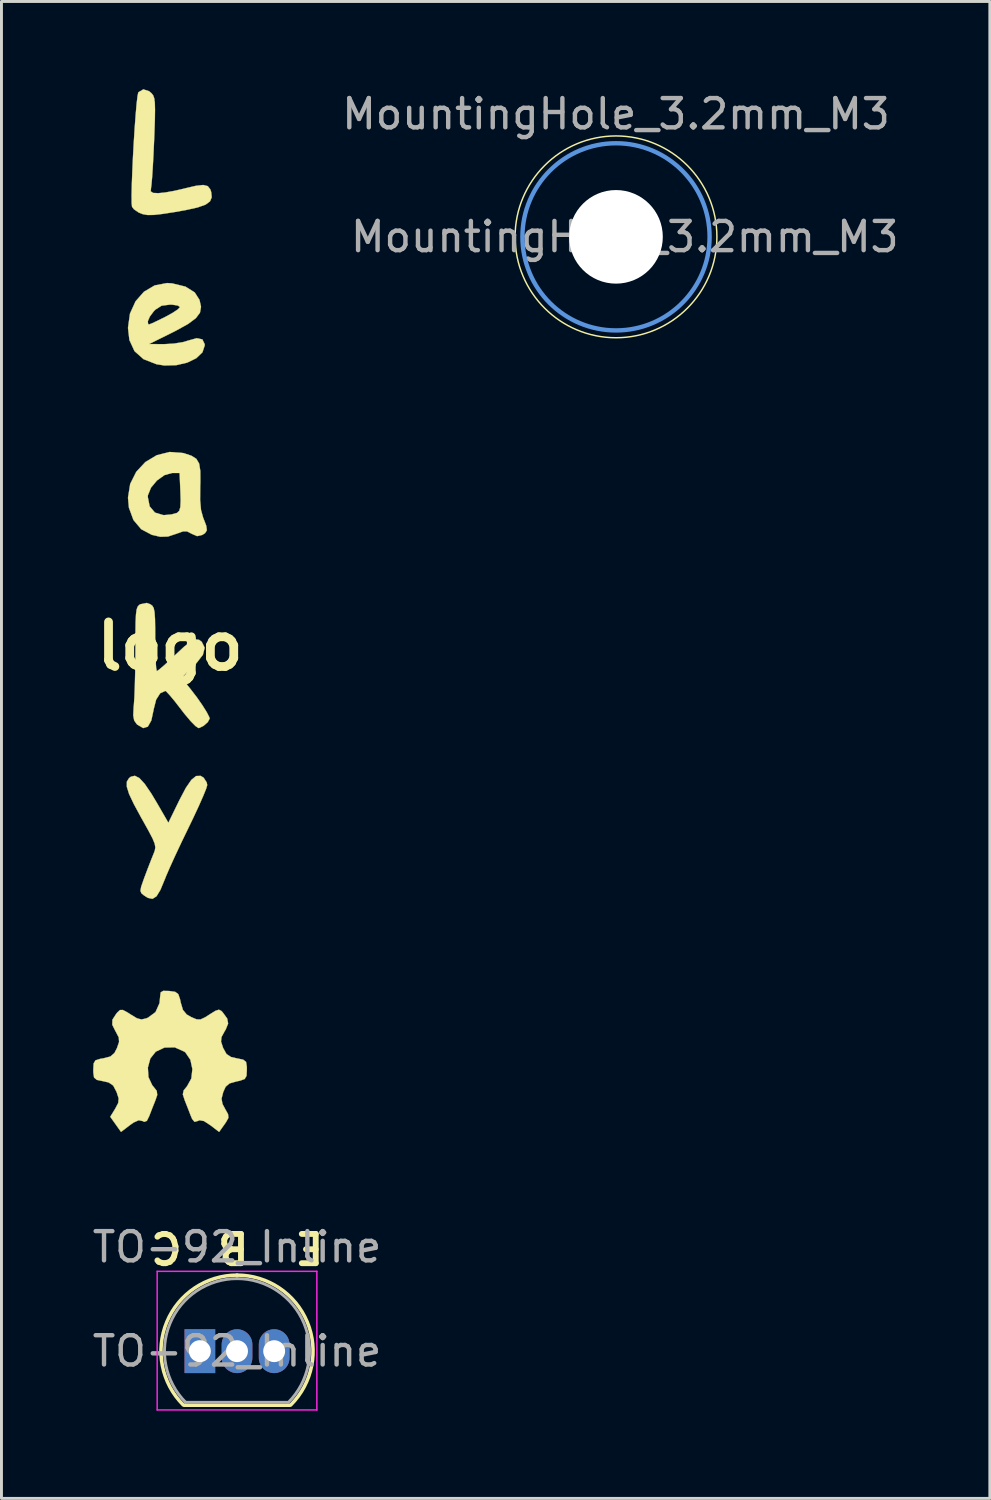
<source format=kicad_pcb>
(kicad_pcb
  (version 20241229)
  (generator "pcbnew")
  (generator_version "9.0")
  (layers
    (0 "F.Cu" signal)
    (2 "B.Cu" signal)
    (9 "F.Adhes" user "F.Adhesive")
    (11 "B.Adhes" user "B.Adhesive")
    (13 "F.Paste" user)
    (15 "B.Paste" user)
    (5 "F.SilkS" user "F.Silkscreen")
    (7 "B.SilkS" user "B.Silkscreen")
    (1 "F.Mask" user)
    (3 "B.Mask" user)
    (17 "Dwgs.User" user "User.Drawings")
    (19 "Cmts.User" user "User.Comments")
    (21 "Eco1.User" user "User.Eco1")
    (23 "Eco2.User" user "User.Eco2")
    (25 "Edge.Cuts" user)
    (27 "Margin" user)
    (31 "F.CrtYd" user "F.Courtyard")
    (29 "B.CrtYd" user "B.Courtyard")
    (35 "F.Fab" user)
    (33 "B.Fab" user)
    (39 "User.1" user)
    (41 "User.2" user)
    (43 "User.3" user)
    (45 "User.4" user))
  (footprint "TO-92_Inline"
    (layer "F.Cu")
    (at 3.784 43.148)
    (property "Reference" "TO-92_Inline" (at 1.27 -3.56 0) (layer "F.Fab") (effects (font (size 1 1) (thickness 0.15))))
    (attr through_hole)
    (fp_line (start -0.53 1.85) (end 3.07 1.85) (stroke (width 0.12) (type solid)) (layer "F.SilkS"))
    (fp_arc (start -0.568478 1.838478) (mid -1.132087 -0.994977) (end 1.27 -2.6) (stroke (width 0.12) (type solid)) (layer "F.SilkS"))
    (fp_arc (start 1.27 -2.6) (mid 3.672087 -0.994977) (end 3.108478 1.838478) (stroke (width 0.12) (type solid)) (layer "F.SilkS"))
    (fp_line (start -1.46 -2.73) (end -1.46 2.01) (stroke (width 0.05) (type solid)) (layer "F.CrtYd"))
    (fp_line (start -1.46 -2.73) (end 4 -2.73) (stroke (width 0.05) (type solid)) (layer "F.CrtYd"))
    (fp_line (start 4 2.01) (end -1.46 2.01) (stroke (width 0.05) (type solid)) (layer "F.CrtYd"))
    (fp_line (start 4 2.01) (end 4 -2.73) (stroke (width 0.05) (type solid)) (layer "F.CrtYd"))
    (fp_line (start -0.5 1.75) (end 3 1.75) (stroke (width 0.1) (type solid)) (layer "F.Fab"))
    (fp_arc (start -0.483625 1.753625) (mid -1.021221 -0.949055) (end 1.27 -2.48) (stroke (width 0.1) (type solid)) (layer "F.Fab"))
    (fp_arc (start 1.27 -2.48) (mid 3.561221 -0.949055) (end 3.023625 1.753625) (stroke (width 0.1) (type solid)) (layer "F.Fab"))
    (fp_text user "E" (at 3.747 -3.556 180) (unlocked yes) (layer "F.SilkS") (effects (font (size 1 1) (thickness 0.2))))
    (fp_text user "B" (at 1.143 -3.556 180) (unlocked yes) (layer "F.SilkS") (effects (font (size 1 1) (thickness 0.2))))
    (fp_text user "C" (at -1.143 -3.556 180) (unlocked yes) (layer "F.SilkS") (effects (font (size 1 1) (thickness 0.2))))
    (fp_text user "${REFERENCE}" (at 1.27 0 0) (layer "F.Fab") (effects (font (size 1 1) (thickness 0.15))))
    (pad "1" thru_hole rect (at 0 0) (size 1.05 1.5) (drill 0.75) (layers "*.Cu" "*.Mask"))
    (pad "2" thru_hole oval (at 1.27 0) (size 1.05 1.5) (drill 0.75) (layers "*.Cu" "*.Mask"))
    (pad "3" thru_hole oval (at 2.54 0) (size 1.05 1.5) (drill 0.75) (layers "*.Cu" "*.Mask")))
  (footprint "logo"
    (layer "F.Cu")
    (at 2.765 19.049)
    (property "Reference" "logo" (at 0 0 0) (layer "F.SilkS") (effects (font (size 1.524 1.524) (thickness 0.3))))
    (attr through_hole)
    (fp_poly (pts (xy -1.05 4.504) (xy -0.866 4.704) (xy -0.638 5.039) (xy -0.443 5.366) (xy -0.058 6.032) (xy 0.317 5.263) (xy 0.539 4.84) (xy 0.727 4.567) (xy 0.891 4.434) (xy 1.045 4.429) (xy 1.147 4.491) (xy 1.253 4.654) (xy 1.27 4.744) (xy 1.234 4.867) (xy 1.134 5.114) (xy 0.984 5.455) (xy 0.794 5.862) (xy 0.634 6.194) (xy 0.407 6.663) (xy 0.193 7.117) (xy 0.01 7.518) (xy -0.125 7.828) (xy -0.177 7.958) (xy -0.33 8.327) (xy -0.464 8.547) (xy -0.601 8.633) (xy -0.759 8.6) (xy -0.894 8.515) (xy -0.981 8.441) (xy -1.013 8.359) (xy -0.989 8.221) (xy -0.907 7.983) (xy -0.877 7.901) (xy -0.755 7.578) (xy -0.635 7.27) (xy -0.571 7.112) (xy -0.523 6.987) (xy -0.504 6.876) (xy -0.525 6.749) (xy -0.597 6.573) (xy -0.729 6.319) (xy -0.931 5.956) (xy -0.99 5.852) (xy -1.24 5.39) (xy -1.402 5.047) (xy -1.479 4.801) (xy -1.478 4.628) (xy -1.404 4.507) (xy -1.338 4.457) (xy -1.204 4.426) (xy -1.05 4.504)) (stroke (width 0.01) (type solid)) (fill yes) (layer "F.SilkS"))
    (fp_poly (pts (xy -0.717 -18.98) (xy -0.63 -18.906) (xy -0.578 -18.838) (xy -0.542 -18.739) (xy -0.521 -18.583) (xy -0.515 -18.345) (xy -0.52 -17.998) (xy -0.537 -17.516) (xy -0.545 -17.318) (xy -0.567 -16.828) (xy -0.591 -16.386) (xy -0.615 -16.024) (xy -0.637 -15.776) (xy -0.65 -15.684) (xy -0.661 -15.556) (xy -0.581 -15.503) (xy -0.406 -15.494) (xy -0.178 -15.516) (xy 0.144 -15.573) (xy 0.491 -15.653) (xy 0.503 -15.657) (xy 0.883 -15.746) (xy 1.135 -15.774) (xy 1.289 -15.735) (xy 1.375 -15.625) (xy 1.406 -15.532) (xy 1.424 -15.354) (xy 1.366 -15.215) (xy 1.212 -15.102) (xy 0.941 -15.006) (xy 0.535 -14.916) (xy 0.169 -14.851) (xy -0.26 -14.784) (xy -0.561 -14.75) (xy -0.773 -14.748) (xy -0.934 -14.777) (xy -1.075 -14.833) (xy -1.236 -14.944) (xy -1.301 -15.029) (xy -1.314 -15.158) (xy -1.316 -15.422) (xy -1.308 -15.791) (xy -1.291 -16.236) (xy -1.269 -16.726) (xy -1.241 -17.232) (xy -1.21 -17.722) (xy -1.177 -18.168) (xy -1.145 -18.539) (xy -1.114 -18.806) (xy -1.087 -18.938) (xy -1.083 -18.944) (xy -0.914 -19.044) (xy -0.717 -18.98)) (stroke (width 0.01) (type solid)) (fill yes) (layer "F.SilkS"))
    (fp_poly (pts (xy 0.065 -12.411) (xy 0.526 -12.299) (xy 0.843 -12.101) (xy 1.006 -11.845) (xy 1.058 -11.61) (xy 1.022 -11.408) (xy 0.881 -11.22) (xy 0.618 -11.024) (xy 0.216 -10.801) (xy 0.085 -10.734) (xy -0.72 -10.335) (xy -0.201 -10.332) (xy 0.138 -10.352) (xy 0.458 -10.406) (xy 0.62 -10.455) (xy 0.914 -10.536) (xy 1.105 -10.494) (xy 1.184 -10.33) (xy 1.185 -10.291) (xy 1.107 -10.053) (xy 0.896 -9.851) (xy 0.585 -9.7) (xy 0.21 -9.613) (xy -0.196 -9.603) (xy -0.466 -9.646) (xy -0.908 -9.819) (xy -1.216 -10.093) (xy -1.391 -10.473) (xy -1.439 -10.888) (xy -1.408 -11.113) (xy -0.762 -11.113) (xy -0.749 -11.016) (xy -0.717 -11.007) (xy -0.624 -11.042) (xy -0.425 -11.135) (xy -0.167 -11.262) (xy 0.089 -11.403) (xy 0.271 -11.525) (xy 0.339 -11.601) (xy 0.263 -11.653) (xy 0.075 -11.682) (xy -0.004 -11.684) (xy -0.29 -11.647) (xy -0.503 -11.512) (xy -0.554 -11.46) (xy -0.692 -11.276) (xy -0.762 -11.113) (xy -1.408 -11.113) (xy -1.371 -11.376) (xy -1.181 -11.796) (xy -0.891 -12.125) (xy -0.525 -12.341) (xy -0.104 -12.421) (xy 0.065 -12.411)) (stroke (width 0.01) (type solid)) (fill yes) (layer "F.SilkS"))
    (fp_poly (pts (xy 0.441 -6.61) (xy 0.478 -6.601) (xy 0.732 -6.516) (xy 0.899 -6.41) (xy 0.994 -6.248) (xy 1.034 -5.996) (xy 1.036 -5.621) (xy 1.031 -5.469) (xy 1.027 -5.003) (xy 1.058 -4.662) (xy 1.128 -4.406) (xy 1.137 -4.384) (xy 1.237 -4.124) (xy 1.258 -3.968) (xy 1.196 -3.87) (xy 1.102 -3.81) (xy 0.923 -3.768) (xy 0.734 -3.851) (xy 0.583 -3.929) (xy 0.439 -3.929) (xy 0.227 -3.853) (xy -0.073 -3.754) (xy -0.336 -3.746) (xy -0.623 -3.812) (xy -0.987 -4.005) (xy -1.253 -4.321) (xy -1.407 -4.74) (xy -1.439 -5.08) (xy -1.435 -5.107) (xy -0.762 -5.107) (xy -0.698 -4.785) (xy -0.517 -4.573) (xy -0.235 -4.488) (xy -0.201 -4.487) (xy 0.044 -4.509) (xy 0.231 -4.56) (xy 0.238 -4.563) (xy 0.312 -4.631) (xy 0.351 -4.76) (xy 0.362 -4.987) (xy 0.353 -5.283) (xy 0.325 -5.927) (xy 0.07 -5.927) (xy -0.19 -5.855) (xy -0.448 -5.671) (xy -0.653 -5.425) (xy -0.758 -5.165) (xy -0.762 -5.107) (xy -1.435 -5.107) (xy -1.364 -5.552) (xy -1.157 -5.966) (xy -0.845 -6.301) (xy -0.456 -6.535) (xy -0.018 -6.645) (xy 0.441 -6.61)) (stroke (width 0.01) (type solid)) (fill yes) (layer "F.SilkS"))
    (fp_poly (pts (xy -0.677 -1.439) (xy -0.608 -1.39) (xy -0.56 -1.309) (xy -0.531 -1.167) (xy -0.515 -0.935) (xy -0.509 -0.584) (xy -0.508 -0.251) (xy -0.504 0.158) (xy -0.493 0.498) (xy -0.476 0.737) (xy -0.455 0.844) (xy -0.451 0.847) (xy -0.37 0.792) (xy -0.197 0.644) (xy 0.036 0.429) (xy 0.175 0.296) (xy 0.485 0.008) (xy 0.708 -0.166) (xy 0.869 -0.238) (xy 0.994 -0.221) (xy 1.084 -0.152) (xy 1.183 0.047) (xy 1.122 0.289) (xy 0.9 0.576) (xy 0.804 0.668) (xy 0.604 0.861) (xy 0.466 1.009) (xy 0.423 1.073) (xy 0.473 1.163) (xy 0.6 1.337) (xy 0.708 1.473) (xy 0.913 1.739) (xy 1.105 2.014) (xy 1.258 2.258) (xy 1.344 2.429) (xy 1.354 2.47) (xy 1.29 2.59) (xy 1.146 2.718) (xy 0.997 2.791) (xy 0.972 2.794) (xy 0.874 2.73) (xy 0.705 2.559) (xy 0.495 2.31) (xy 0.378 2.159) (xy 0.165 1.883) (xy -0.014 1.668) (xy -0.131 1.543) (xy -0.161 1.524) (xy -0.337 1.603) (xy -0.476 1.821) (xy -0.56 2.149) (xy -0.561 2.159) (xy -0.641 2.534) (xy -0.76 2.746) (xy -0.919 2.795) (xy -1.116 2.68) (xy -1.147 2.651) (xy -1.228 2.532) (xy -1.259 2.36) (xy -1.246 2.084) (xy -1.238 2.003) (xy -1.22 1.744) (xy -1.205 1.357) (xy -1.193 0.886) (xy -1.186 0.373) (xy -1.185 0.075) (xy -1.184 -0.448) (xy -1.179 -0.828) (xy -1.166 -1.089) (xy -1.144 -1.256) (xy -1.109 -1.356) (xy -1.058 -1.413) (xy -1.016 -1.439) (xy -0.799 -1.484) (xy -0.677 -1.439)) (stroke (width 0.01) (type solid)) (fill yes) (layer "F.SilkS"))
    (fp_poly (pts (xy -0.035 11.784) (xy -0.023 11.785) (xy 0.176 11.814) (xy 0.281 11.892) (xy 0.341 12.067) (xy 0.363 12.175) (xy 0.439 12.431) (xy 0.568 12.587) (xy 0.722 12.676) (xy 0.904 12.753) (xy 1.04 12.758) (xy 1.2 12.683) (xy 1.342 12.592) (xy 1.549 12.463) (xy 1.669 12.424) (xy 1.754 12.466) (xy 1.799 12.514) (xy 1.953 12.726) (xy 1.985 12.898) (xy 1.903 13.099) (xy 1.868 13.156) (xy 1.759 13.358) (xy 1.742 13.513) (xy 1.807 13.713) (xy 1.816 13.736) (xy 1.928 13.939) (xy 2.085 14.042) (xy 2.282 14.087) (xy 2.5 14.132) (xy 2.598 14.209) (xy 2.624 14.373) (xy 2.625 14.474) (xy 2.614 14.685) (xy 2.552 14.793) (xy 2.39 14.852) (xy 2.272 14.876) (xy 2.033 14.944) (xy 1.899 15.059) (xy 1.817 15.241) (xy 1.76 15.466) (xy 1.791 15.645) (xy 1.879 15.811) (xy 1.982 15.996) (xy 1.995 16.121) (xy 1.914 16.267) (xy 1.861 16.343) (xy 1.677 16.602) (xy 1.377 16.373) (xy 1.158 16.231) (xy 1.008 16.203) (xy 0.942 16.23) (xy 0.837 16.258) (xy 0.755 16.161) (xy 0.709 16.053) (xy 0.602 15.776) (xy 0.5 15.518) (xy 0.436 15.319) (xy 0.465 15.182) (xy 0.58 15.042) (xy 0.727 14.776) (xy 0.763 14.453) (xy 0.695 14.136) (xy 0.525 13.887) (xy 0.49 13.859) (xy 0.161 13.711) (xy -0.19 13.718) (xy -0.49 13.859) (xy -0.675 14.091) (xy -0.759 14.402) (xy -0.74 14.728) (xy -0.61 15.006) (xy -0.58 15.042) (xy -0.456 15.198) (xy -0.439 15.338) (xy -0.5 15.518) (xy -0.612 15.799) (xy -0.709 16.053) (xy -0.794 16.225) (xy -0.883 16.258) (xy -0.942 16.23) (xy -1.072 16.203) (xy -1.249 16.282) (xy -1.377 16.373) (xy -1.677 16.602) (xy -1.861 16.343) (xy -2.045 16.085) (xy -1.877 15.811) (xy -1.773 15.614) (xy -1.758 15.457) (xy -1.826 15.246) (xy -1.833 15.229) (xy -1.945 15.017) (xy -2.099 14.912) (xy -2.291 14.868) (xy -2.505 14.823) (xy -2.6 14.742) (xy -2.624 14.569) (xy -2.625 14.478) (xy -2.614 14.262) (xy -2.552 14.156) (xy -2.388 14.104) (xy -2.282 14.087) (xy -2.043 14.025) (xy -1.902 13.904) (xy -1.816 13.736) (xy -1.744 13.528) (xy -1.754 13.372) (xy -1.855 13.178) (xy -1.868 13.156) (xy -1.976 12.939) (xy -1.971 12.766) (xy -1.845 12.57) (xy -1.799 12.514) (xy -1.712 12.435) (xy -1.615 12.433) (xy -1.456 12.517) (xy -1.347 12.588) (xy -1.131 12.718) (xy -0.978 12.758) (xy -0.816 12.721) (xy -0.756 12.697) (xy -0.498 12.506) (xy -0.361 12.2) (xy -0.339 11.97) (xy -0.321 11.832) (xy -0.236 11.78) (xy -0.035 11.784)) (stroke (width 0.01) (type solid)) (fill yes) (layer "F.SilkS")))
  (footprint "MountingHole_3.2mm_M3"
    (layer "F.Cu")
    (at 18.012 5.048)
    (property "Reference" "MountingHole_3.2mm_M3" (at 0 -4.2 0) (layer "F.Fab") (effects (font (size 1 1) (thickness 0.15))))
    (attr exclude_from_pos_files exclude_from_bom)
    (fp_circle (center 0 0) (end 3.45 0) (stroke (width 0.05) (type solid)) (fill no) (layer "F.SilkS"))
    (fp_circle (center 0 0) (end 3.2 0) (stroke (width 0.15) (type solid)) (fill no) (layer "Cmts.User"))
    (fp_text user "${REFERENCE}" (at 0.3 0 0) (layer "F.Fab") (effects (font (size 1 1) (thickness 0.15))))
    (pad "" np_thru_hole circle (at 0 0) (size 3.2 3.2) (drill 3.2) (layers "*.Cu" "*.Mask")))
  (gr_rect
    (start -3 -3)
    (end 30.794 48.183)
    (stroke (width 0.1) (type default))
    (fill no)
    (layer "Edge.Cuts")))
</source>
